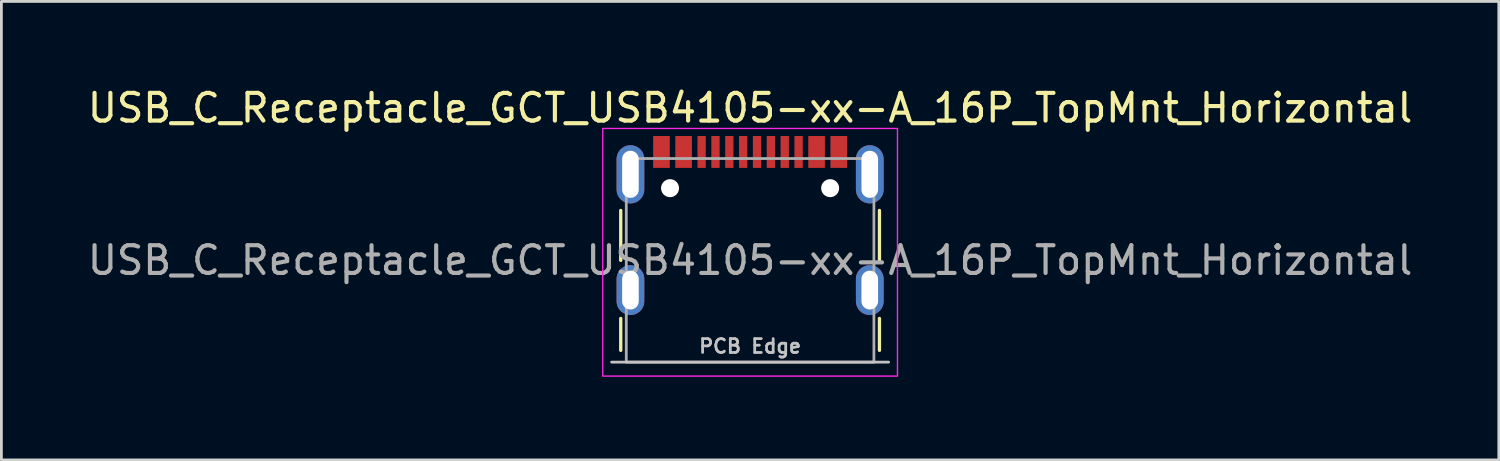
<source format=kicad_pcb>
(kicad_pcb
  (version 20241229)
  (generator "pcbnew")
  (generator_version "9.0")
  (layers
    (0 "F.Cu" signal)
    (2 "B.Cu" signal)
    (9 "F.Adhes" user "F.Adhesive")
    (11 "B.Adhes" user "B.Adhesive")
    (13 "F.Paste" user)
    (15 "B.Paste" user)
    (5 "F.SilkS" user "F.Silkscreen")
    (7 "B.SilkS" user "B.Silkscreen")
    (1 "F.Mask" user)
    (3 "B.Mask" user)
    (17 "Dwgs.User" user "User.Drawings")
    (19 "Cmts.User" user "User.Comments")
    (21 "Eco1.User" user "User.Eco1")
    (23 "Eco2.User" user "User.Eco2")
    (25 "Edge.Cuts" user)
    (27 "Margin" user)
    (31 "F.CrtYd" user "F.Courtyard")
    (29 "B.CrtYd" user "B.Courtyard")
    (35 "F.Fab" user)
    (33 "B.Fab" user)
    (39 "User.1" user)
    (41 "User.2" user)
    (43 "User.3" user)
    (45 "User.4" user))
  (footprint "USB_C_Receptacle_GCT_USB4105-xx-A_16P_TopMnt_Horizontal"
    (layer "F.Cu")
    (at 24.03 6.348)
    (property "Reference" "USB_C_Receptacle_GCT_USB4105-xx-A_16P_TopMnt_Horizontal" (at 0 -5.5 0) (unlocked yes) (layer "F.SilkS") (effects (font (size 1 1) (thickness 0.15))))
    (attr smd)
    (fp_line (start -4.67 0) (end -4.67 -1.8) (stroke (width 0.12) (type solid)) (layer "F.SilkS"))
    (fp_line (start -4.67 2.1) (end -4.67 3.25) (stroke (width 0.12) (type solid)) (layer "F.SilkS"))
    (fp_line (start 4.67 0) (end 4.67 -1.8) (stroke (width 0.12) (type solid)) (layer "F.SilkS"))
    (fp_line (start 4.67 2.1) (end 4.67 3.25) (stroke (width 0.12) (type solid)) (layer "F.SilkS"))
    (fp_line (start 5 3.675) (end -5 3.675) (stroke (width 0.1) (type solid)) (layer "Dwgs.User"))
    (fp_rect (start -5.32 -4.76) (end 5.32 4.18) (stroke (width 0.05) (type solid)) (fill no) (layer "F.CrtYd"))
    (fp_rect (start -4.47 -3.675) (end 4.47 3.675) (stroke (width 0.1) (type solid)) (fill no) (layer "F.Fab"))
    (fp_text user "PCB Edge" (at 0 3.1 0) (unlocked yes) (layer "Dwgs.User") (effects (font (size 0.5 0.5) (thickness 0.1))))
    (fp_text user "${REFERENCE}" (at 0 0 0) (unlocked yes) (layer "F.Fab") (effects (font (size 1 1) (thickness 0.15))))
    (pad "" np_thru_hole circle (at -2.89 -2.605) (size 0.65 0.65) (drill 0.65) (layers "*.Cu" "*.Mask"))
    (pad "" np_thru_hole circle (at 2.89 -2.605) (size 0.65 0.65) (drill 0.65) (layers "*.Cu" "*.Mask"))
    (pad "A1" smd rect (at -3.2 -3.912) (size 0.6 1.15) (layers "F.Cu" "F.Mask" "F.Paste"))
    (pad "A4" smd rect (at -2.4 -3.912) (size 0.6 1.15) (layers "F.Cu" "F.Mask" "F.Paste"))
    (pad "A5" smd rect (at -1.25 -3.912) (size 0.3 1.15) (layers "F.Cu" "F.Mask" "F.Paste"))
    (pad "A6" smd rect (at -0.25 -3.912) (size 0.3 1.15) (layers "F.Cu" "F.Mask" "F.Paste"))
    (pad "A7" smd rect (at 0.25 -3.912) (size 0.3 1.15) (layers "F.Cu" "F.Mask" "F.Paste"))
    (pad "A8" smd rect (at 1.25 -3.912) (size 0.3 1.15) (layers "F.Cu" "F.Mask" "F.Paste"))
    (pad "A9" smd rect (at 2.4 -3.912) (size 0.6 1.15) (layers "F.Cu" "F.Mask" "F.Paste"))
    (pad "A12" smd rect (at 3.2 -3.912) (size 0.6 1.15) (layers "F.Cu" "F.Mask" "F.Paste"))
    (pad "B5" smd rect (at 1.75 -3.912) (size 0.3 1.15) (layers "F.Cu" "F.Mask" "F.Paste"))
    (pad "B6" smd rect (at 0.75 -3.912) (size 0.3 1.15) (layers "F.Cu" "F.Mask" "F.Paste"))
    (pad "B7" smd rect (at -0.75 -3.912) (size 0.3 1.15) (layers "F.Cu" "F.Mask" "F.Paste"))
    (pad "B8" smd rect (at -1.75 -3.912) (size 0.3 1.15) (layers "F.Cu" "F.Mask" "F.Paste"))
    (pad "S1" thru_hole oval (at -4.32 -3.105) (size 1 2.1) (drill oval 0.6 1.7) (layers "*.Cu" "*.Mask" "F.Paste"))
    (pad "S1" thru_hole oval (at -4.32 1.075) (size 1 1.8) (drill oval 0.6 1.4) (layers "*.Cu" "*.Mask" "F.Paste"))
    (pad "S1" thru_hole oval (at 4.32 -3.105) (size 1 2.1) (drill oval 0.6 1.7) (layers "*.Cu" "*.Mask" "F.Paste"))
    (pad "S1" thru_hole oval (at 4.32 1.075) (size 1 1.8) (drill oval 0.6 1.4) (layers "*.Cu" "*.Mask" "F.Paste")))
  (gr_rect
    (start -3 -3)
    (end 51.06 13.553)
    (stroke (width 0.1) (type default))
    (fill no)
    (layer "Edge.Cuts")))
</source>
